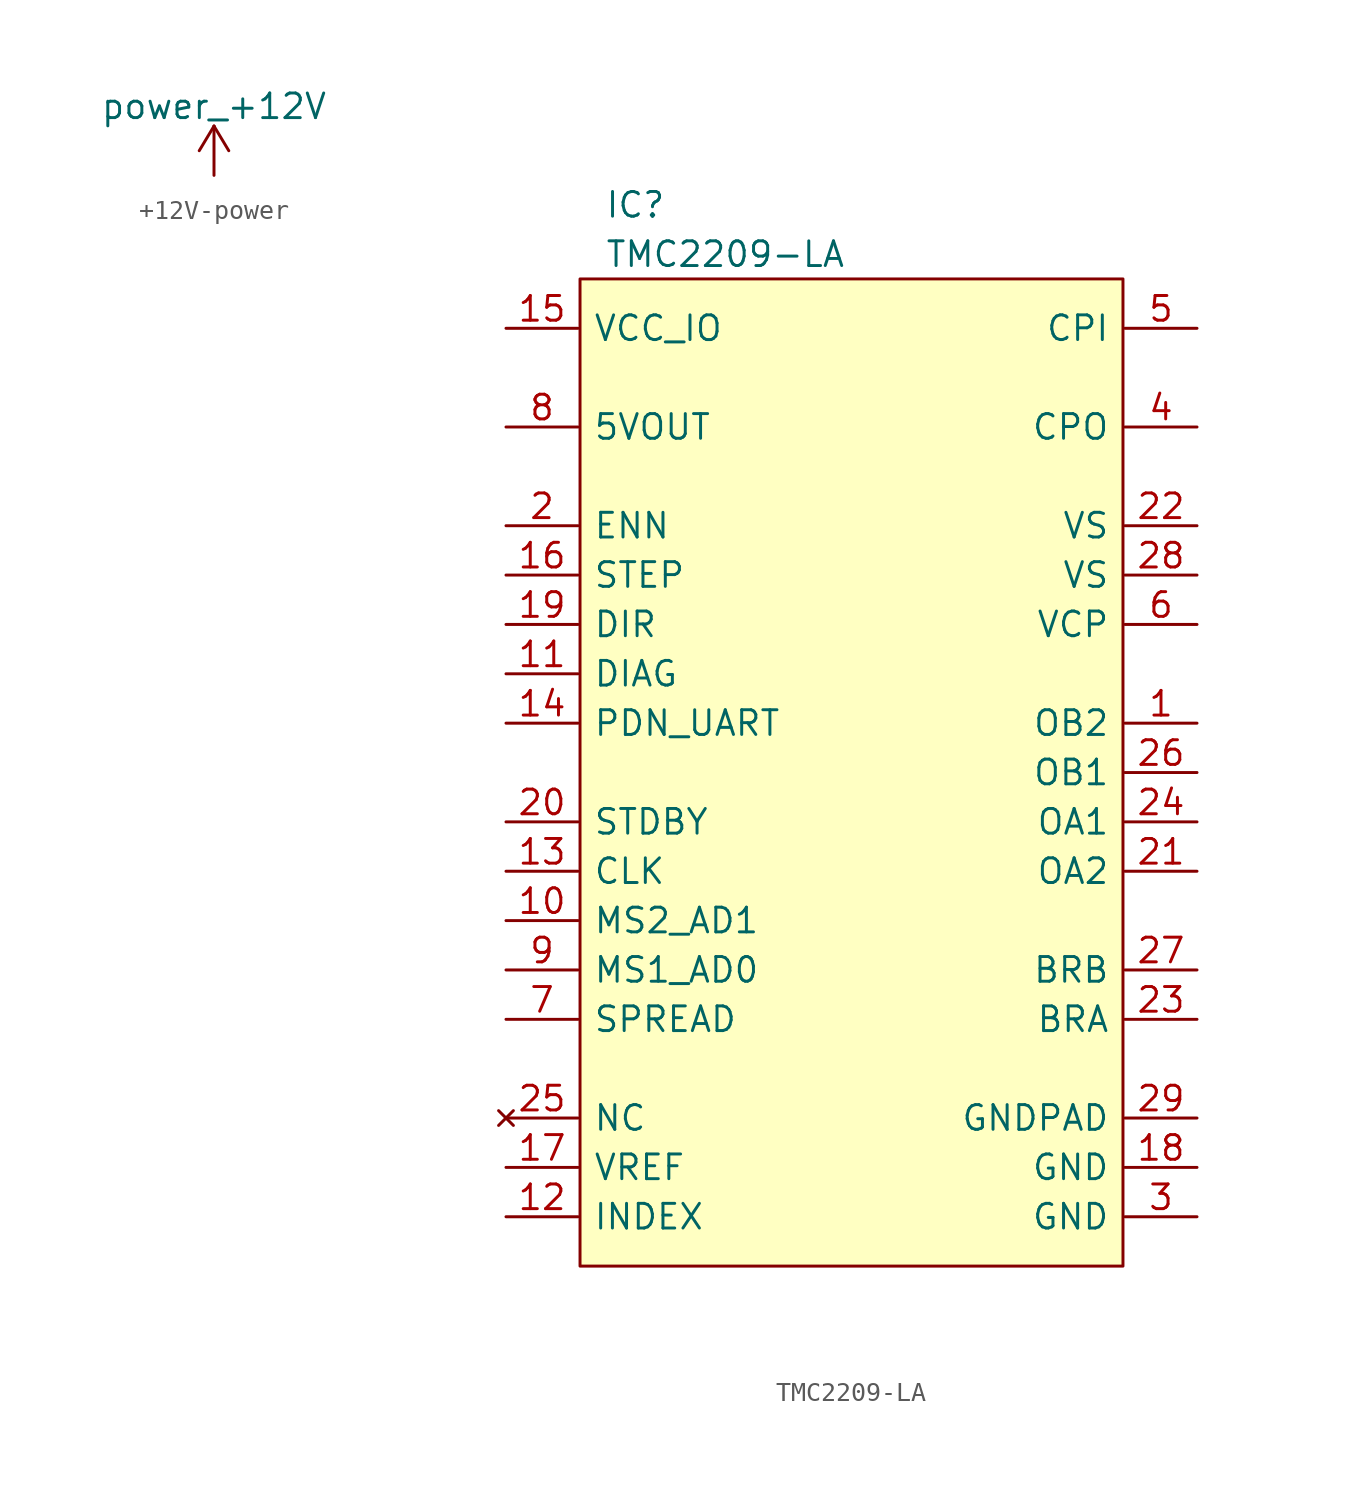
<source format=kicad_sym>
(kicad_symbol_lib
  (version 20241209)
  (generator "kicad_symbol_editor")
  (generator_version "9.0")
  (symbol "+12V-power"
    (power)
    (pin_names
      (offset 0))
    (property "Reference" "#PWR"
      (at 0 -3.81 0)
      (effects (font (size 1.27 1.27)) (hide yes)))
    (property "Value" "power_+12V"
      (at 0 3.556 0)
      (effects (font (size 1.27 1.27))))
    (symbol "+12V-power_0_1"
      (polyline (pts (xy -0.762 1.27) (xy 0 2.54)) (stroke (width 0) (type solid)) (fill (type none)))
      (polyline (pts (xy 0 2.54) (xy 0.762 1.27)) (stroke (width 0) (type solid)) (fill (type none)))
      (polyline (pts (xy 0 0) (xy 0 2.54)) (stroke (width 0) (type solid)) (fill (type none))))
    (symbol "+12V-power_1_1"
      (pin power_in line (at 0 0 90) (length 0) (hide yes) (name "+12V" (effects (font (size 1.27 1.27)))) (number "1" (effects (font (size 1.27 1.27)))))))
  (symbol "TMC2209-LA"
    (pin_names
      (offset 0.762))
    (property "Reference" "IC"
      (at -12.7 30.48 0)
      (effects (font (size 1.27 1.27)) (justify left)))
    (property "Value" "TMC2209-LA"
      (at -12.7 27.94 0)
      (effects (font (size 1.27 1.27)) (justify left)))
    (symbol "TMC2209-LA_0_0"
      (pin passive line (at -17.78 24.13 0) (length 3.708) (name "VCC_IO" (effects (font (size 1.27 1.27)))) (number "15" (effects (font (size 1.27 1.27)))))
      (pin passive line (at -17.78 19.05 0) (length 3.708) (name "5VOUT" (effects (font (size 1.27 1.27)))) (number "8" (effects (font (size 1.27 1.27)))))
      (pin passive line (at -17.78 13.97 0) (length 3.708) (name "ENN" (effects (font (size 1.27 1.27)))) (number "2" (effects (font (size 1.27 1.27)))))
      (pin passive line (at -17.78 11.43 0) (length 3.708) (name "STEP" (effects (font (size 1.27 1.27)))) (number "16" (effects (font (size 1.27 1.27)))))
      (pin passive line (at -17.78 8.89 0) (length 3.708) (name "DIR" (effects (font (size 1.27 1.27)))) (number "19" (effects (font (size 1.27 1.27)))))
      (pin passive line (at -17.78 6.35 0) (length 3.708) (name "DIAG" (effects (font (size 1.27 1.27)))) (number "11" (effects (font (size 1.27 1.27)))))
      (pin passive line (at -17.78 3.81 0) (length 3.708) (name "PDN_UART" (effects (font (size 1.27 1.27)))) (number "14" (effects (font (size 1.27 1.27)))))
      (pin passive line (at -17.78 -1.27 0) (length 3.708) (name "STDBY" (effects (font (size 1.27 1.27)))) (number "20" (effects (font (size 1.27 1.27)))))
      (pin passive line (at -17.78 -3.81 0) (length 3.708) (name "CLK" (effects (font (size 1.27 1.27)))) (number "13" (effects (font (size 1.27 1.27)))))
      (pin passive line (at -17.78 -6.35 0) (length 3.708) (name "MS2_AD1" (effects (font (size 1.27 1.27)))) (number "10" (effects (font (size 1.27 1.27)))))
      (pin passive line (at -17.78 -8.89 0) (length 3.708) (name "MS1_AD0" (effects (font (size 1.27 1.27)))) (number "9" (effects (font (size 1.27 1.27)))))
      (pin passive line (at -17.78 -11.43 0) (length 3.708) (name "SPREAD" (effects (font (size 1.27 1.27)))) (number "7" (effects (font (size 1.27 1.27)))))
      (pin no_connect line (at -17.78 -16.51 0) (length 3.708) (name "NC" (effects (font (size 1.27 1.27)))) (number "25" (effects (font (size 1.27 1.27)))))
      (pin passive line (at -17.78 -19.05 0) (length 3.708) (name "VREF" (effects (font (size 1.27 1.27)))) (number "17" (effects (font (size 1.27 1.27)))))
      (pin passive line (at -17.78 -21.59 0) (length 3.708) (name "INDEX" (effects (font (size 1.27 1.27)))) (number "12" (effects (font (size 1.27 1.27)))))
      (pin passive line (at 17.78 24.13 180) (length 3.708) (name "CPI" (effects (font (size 1.27 1.27)))) (number "5" (effects (font (size 1.27 1.27)))))
      (pin passive line (at 17.78 19.05 180) (length 3.708) (name "CPO" (effects (font (size 1.27 1.27)))) (number "4" (effects (font (size 1.27 1.27)))))
      (pin passive line (at 17.78 13.97 180) (length 3.708) (name "VS" (effects (font (size 1.27 1.27)))) (number "22" (effects (font (size 1.27 1.27)))))
      (pin passive line (at 17.78 11.43 180) (length 3.708) (name "VS" (effects (font (size 1.27 1.27)))) (number "28" (effects (font (size 1.27 1.27)))))
      (pin passive line (at 17.78 8.89 180) (length 3.708) (name "VCP" (effects (font (size 1.27 1.27)))) (number "6" (effects (font (size 1.27 1.27)))))
      (pin passive line (at 17.78 3.81 180) (length 3.708) (name "OB2" (effects (font (size 1.27 1.27)))) (number "1" (effects (font (size 1.27 1.27)))))
      (pin passive line (at 17.78 1.27 180) (length 3.708) (name "OB1" (effects (font (size 1.27 1.27)))) (number "26" (effects (font (size 1.27 1.27)))))
      (pin passive line (at 17.78 -1.27 180) (length 3.708) (name "OA1" (effects (font (size 1.27 1.27)))) (number "24" (effects (font (size 1.27 1.27)))))
      (pin passive line (at 17.78 -3.81 180) (length 3.708) (name "OA2" (effects (font (size 1.27 1.27)))) (number "21" (effects (font (size 1.27 1.27)))))
      (pin passive line (at 17.78 -8.89 180) (length 3.708) (name "BRB" (effects (font (size 1.27 1.27)))) (number "27" (effects (font (size 1.27 1.27)))))
      (pin passive line (at 17.78 -11.43 180) (length 3.708) (name "BRA" (effects (font (size 1.27 1.27)))) (number "23" (effects (font (size 1.27 1.27)))))
      (pin passive line (at 17.78 -16.51 180) (length 3.708) (name "GNDPAD" (effects (font (size 1.27 1.27)))) (number "29" (effects (font (size 1.27 1.27)))))
      (pin passive line (at 17.78 -19.05 180) (length 3.708) (name "GND" (effects (font (size 1.27 1.27)))) (number "18" (effects (font (size 1.27 1.27)))))
      (pin passive line (at 17.78 -21.59 180) (length 3.708) (name "GND" (effects (font (size 1.27 1.27)))) (number "3" (effects (font (size 1.27 1.27))))))
    (symbol "TMC2209-LA_0_1"
      (rectangle (start -13.97 26.67) (end 13.97 -24.13) (stroke (width 0) (type solid)) (fill (type background))))))
</source>
